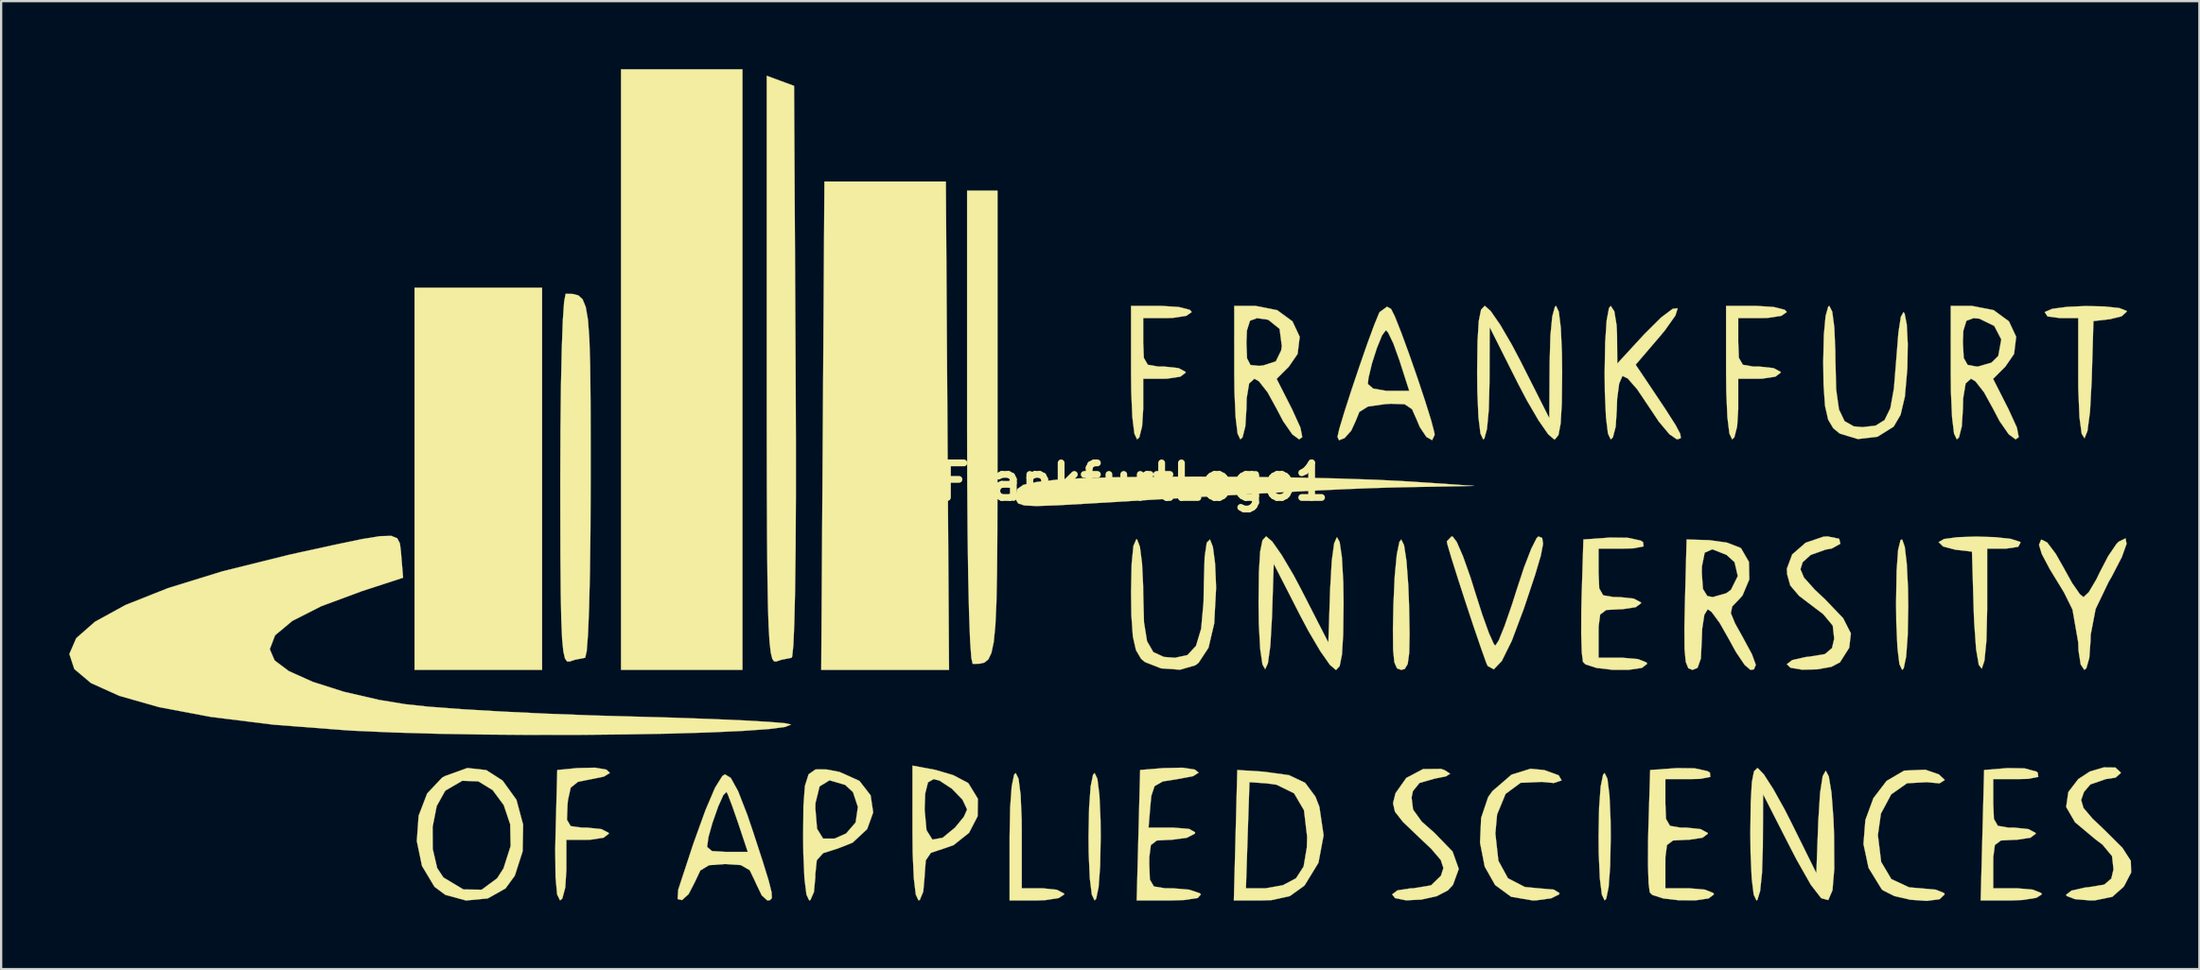
<source format=kicad_pcb>
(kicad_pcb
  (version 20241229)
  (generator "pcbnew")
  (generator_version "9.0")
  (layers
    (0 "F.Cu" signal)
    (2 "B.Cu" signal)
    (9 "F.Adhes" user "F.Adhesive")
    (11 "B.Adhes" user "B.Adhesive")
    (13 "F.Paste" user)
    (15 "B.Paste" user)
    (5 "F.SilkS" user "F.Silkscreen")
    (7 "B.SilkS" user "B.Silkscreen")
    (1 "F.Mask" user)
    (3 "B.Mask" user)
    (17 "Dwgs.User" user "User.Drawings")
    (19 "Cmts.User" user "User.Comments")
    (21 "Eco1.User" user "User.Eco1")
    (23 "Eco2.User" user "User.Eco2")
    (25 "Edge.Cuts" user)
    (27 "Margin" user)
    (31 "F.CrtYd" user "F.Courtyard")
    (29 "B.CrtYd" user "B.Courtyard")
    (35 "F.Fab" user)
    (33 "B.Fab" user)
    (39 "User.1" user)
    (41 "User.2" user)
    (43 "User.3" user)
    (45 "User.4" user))
  (footprint "FHFrankfurtLogo1"
    (layer "F.Cu")
    (at 45.418 18.186)
    (property "Reference" "FHFrankfurtLogo1" (at 0 0 0) (layer "F.SilkS") (effects (font (size 1.524 1.524) (thickness 0.3))))
    (attr through_hole)
    (fp_poly (pts (xy -24.598 8.288) (xy -30.213 8.288) (xy -30.213 -8.556) (xy -24.598 -8.556) (xy -24.598 8.288)) (stroke (width 0.01) (type solid)) (fill yes) (layer "F.SilkS"))
    (fp_poly (pts (xy -15.775 8.288) (xy -21.122 8.288) (xy -21.122 -18.181) (xy -15.775 -18.181) (xy -15.775 8.288)) (stroke (width 0.01) (type solid)) (fill yes) (layer "F.SilkS"))
    (fp_poly (pts (xy -6.678 8.288) (xy -12.305 8.288) (xy -12.235 -2.473) (xy -12.165 -13.235) (xy -6.818 -13.235) (xy -6.678 8.288)) (stroke (width 0.01) (type solid)) (fill yes) (layer "F.SilkS"))
    (fp_poly (pts (xy -0.145 13.089) (xy -0.056 13.805) (xy -0.007 14.911) (xy 0 15.641) (xy -0.024 16.926) (xy -0.093 17.861) (xy -0.198 18.373) (xy -0.267 18.448) (xy -0.39 18.193) (xy -0.479 17.477) (xy -0.528 16.371) (xy -0.535 15.641) (xy -0.51 14.356) (xy -0.442 13.421) (xy -0.337 12.909) (xy -0.267 12.834) (xy -0.145 13.089)) (stroke (width 0.01) (type solid)) (fill yes) (layer "F.SilkS"))
    (fp_poly (pts (xy 22.314 13.089) (xy 22.403 13.805) (xy 22.452 14.911) (xy 22.459 15.641) (xy 22.435 16.926) (xy 22.366 17.861) (xy 22.261 18.373) (xy 22.192 18.448) (xy 22.069 18.193) (xy 21.98 17.477) (xy 21.931 16.371) (xy 21.924 15.641) (xy 21.948 14.356) (xy 22.017 13.421) (xy 22.122 12.909) (xy 22.192 12.834) (xy 22.314 13.089)) (stroke (width 0.01) (type solid)) (fill yes) (layer "F.SilkS"))
    (fp_poly (pts (xy 35.407 2.865) (xy 35.495 3.613) (xy 35.549 4.672) (xy 35.56 5.497) (xy 35.536 6.777) (xy 35.467 7.707) (xy 35.361 8.215) (xy 35.293 8.288) (xy 35.172 8.033) (xy 35.084 7.311) (xy 35.034 6.19) (xy 35.025 5.332) (xy 35.048 3.934) (xy 35.114 3.002) (xy 35.222 2.564) (xy 35.293 2.54) (xy 35.407 2.865)) (stroke (width 0.01) (type solid)) (fill yes) (layer "F.SilkS"))
    (fp_poly (pts (xy -3.617 13.087) (xy -3.526 13.792) (xy -3.48 14.867) (xy -3.476 15.374) (xy -3.476 17.914) (xy -2.54 17.914) (xy -1.921 17.981) (xy -1.612 18.146) (xy -1.604 18.181) (xy -1.843 18.341) (xy -2.448 18.436) (xy -2.807 18.448) (xy -4.011 18.448) (xy -4.011 15.641) (xy -3.986 14.356) (xy -3.918 13.421) (xy -3.813 12.909) (xy -3.743 12.834) (xy -3.617 13.087)) (stroke (width 0.01) (type solid)) (fill yes) (layer "F.SilkS"))
    (fp_poly (pts (xy 13.359 2.793) (xy 13.466 3.496) (xy 13.545 4.565) (xy 13.578 5.414) (xy 13.602 6.701) (xy 13.586 7.542) (xy 13.519 8.028) (xy 13.39 8.246) (xy 13.235 8.288) (xy 13.049 8.22) (xy 12.933 7.957) (xy 12.877 7.408) (xy 12.869 6.487) (xy 12.891 5.414) (xy 12.948 4.154) (xy 13.039 3.204) (xy 13.153 2.649) (xy 13.235 2.54) (xy 13.359 2.793)) (stroke (width 0.01) (type solid)) (fill yes) (layer "F.SilkS"))
    (fp_poly (pts (xy -4.545 -2.569) (xy -4.546 0.087) (xy -4.55 2.257) (xy -4.564 3.99) (xy -4.592 5.336) (xy -4.639 6.343) (xy -4.71 7.061) (xy -4.811 7.538) (xy -4.946 7.823) (xy -5.121 7.966) (xy -5.341 8.016) (xy -5.609 8.021) (xy -5.637 8.021) (xy -5.696 7.761) (xy -5.75 7.009) (xy -5.795 5.809) (xy -5.833 4.205) (xy -5.86 2.238) (xy -5.877 -0.047) (xy -5.882 -2.406) (xy -5.882 -12.834) (xy -4.545 -12.834) (xy -4.545 -2.569)) (stroke (width 0.01) (type solid)) (fill yes) (layer "F.SilkS"))
    (fp_poly (pts (xy 39.376 2.437) (xy 40.077 2.514) (xy 40.478 2.643) (xy 40.506 2.674) (xy 40.402 2.863) (xy 39.882 2.941) (xy 39.854 2.941) (xy 39.036 2.941) (xy 39.036 5.615) (xy 39.002 7.008) (xy 38.915 7.882) (xy 38.797 8.236) (xy 38.667 8.065) (xy 38.548 7.369) (xy 38.461 6.144) (xy 38.444 5.682) (xy 38.367 3.075) (xy 37.632 2.99) (xy 37.098 2.85) (xy 36.897 2.656) (xy 37.135 2.52) (xy 37.739 2.439) (xy 38.541 2.412) (xy 39.376 2.437)) (stroke (width 0.01) (type solid)) (fill yes) (layer "F.SilkS"))
    (fp_poly (pts (xy 44.198 -7.73) (xy 44.854 -7.66) (xy 45.175 -7.535) (xy 45.185 -7.504) (xy 44.954 -7.296) (xy 44.45 -7.17) (xy 43.715 -7.085) (xy 43.638 -4.478) (xy 43.564 -3.097) (xy 43.452 -2.245) (xy 43.323 -1.92) (xy 43.199 -2.119) (xy 43.101 -2.84) (xy 43.049 -4.081) (xy 43.046 -4.545) (xy 43.046 -7.219) (xy 42.228 -7.219) (xy 41.694 -7.291) (xy 41.571 -7.477) (xy 41.576 -7.486) (xy 41.899 -7.625) (xy 42.555 -7.712) (xy 43.377 -7.748) (xy 44.198 -7.73)) (stroke (width 0.01) (type solid)) (fill yes) (layer "F.SilkS"))
    (fp_poly (pts (xy -14.104 -17.674) (xy -13.502 -17.451) (xy -13.433 -4.849) (xy -13.422 -1.938) (xy -13.422 0.656) (xy -13.434 2.899) (xy -13.457 4.758) (xy -13.49 6.199) (xy -13.532 7.189) (xy -13.584 7.694) (xy -13.611 7.754) (xy -14.062 7.842) (xy -14.282 7.916) (xy -14.38 7.914) (xy -14.461 7.799) (xy -14.527 7.527) (xy -14.581 7.057) (xy -14.623 6.345) (xy -14.654 5.349) (xy -14.676 4.025) (xy -14.691 2.331) (xy -14.7 0.225) (xy -14.704 -2.337) (xy -14.705 -4.909) (xy -14.705 -17.896) (xy -14.104 -17.674)) (stroke (width 0.01) (type solid)) (fill yes) (layer "F.SilkS"))
    (fp_poly (pts (xy 19.534 12.703) (xy 20.166 12.933) (xy 20.298 13.159) (xy 19.954 13.273) (xy 19.417 13.223) (xy 18.493 13.263) (xy 17.829 13.753) (xy 17.455 14.661) (xy 17.379 15.498) (xy 17.513 16.7) (xy 17.935 17.472) (xy 18.677 17.855) (xy 19.281 17.914) (xy 19.951 17.971) (xy 20.203 18.125) (xy 20.186 18.181) (xy 19.834 18.355) (xy 19.175 18.445) (xy 19.014 18.448) (xy 18.072 18.286) (xy 17.368 17.769) (xy 16.911 16.958) (xy 16.704 15.902) (xy 16.753 14.81) (xy 17.063 13.89) (xy 17.252 13.629) (xy 18.09 12.904) (xy 18.927 12.645) (xy 19.534 12.703)) (stroke (width 0.01) (type solid)) (fill yes) (layer "F.SilkS"))
    (fp_poly (pts (xy 3.436 -7.706) (xy 3.92 -7.583) (xy 4.011 -7.486) (xy 3.773 -7.319) (xy 3.181 -7.226) (xy 2.941 -7.219) (xy 1.872 -7.219) (xy 1.872 -6.149) (xy 1.9 -5.465) (xy 2.075 -5.16) (xy 2.531 -5.082) (xy 2.807 -5.08) (xy 3.426 -5.013) (xy 3.735 -4.848) (xy 3.743 -4.813) (xy 3.508 -4.636) (xy 2.93 -4.548) (xy 2.807 -4.545) (xy 1.872 -4.545) (xy 1.872 -3.208) (xy 1.823 -2.446) (xy 1.701 -1.962) (xy 1.604 -1.872) (xy 1.484 -2.127) (xy 1.395 -2.849) (xy 1.346 -3.968) (xy 1.337 -4.813) (xy 1.337 -7.754) (xy 2.674 -7.754) (xy 3.436 -7.706)) (stroke (width 0.01) (type solid)) (fill yes) (layer "F.SilkS"))
    (fp_poly (pts (xy 29.638 -7.706) (xy 30.122 -7.583) (xy 30.213 -7.486) (xy 29.975 -7.319) (xy 29.383 -7.226) (xy 29.143 -7.219) (xy 28.074 -7.219) (xy 28.074 -6.149) (xy 28.102 -5.465) (xy 28.277 -5.16) (xy 28.733 -5.082) (xy 29.009 -5.08) (xy 29.628 -5.013) (xy 29.937 -4.848) (xy 29.945 -4.813) (xy 29.71 -4.636) (xy 29.132 -4.548) (xy 29.009 -4.545) (xy 28.074 -4.545) (xy 28.074 -3.208) (xy 28.026 -2.446) (xy 27.903 -1.962) (xy 27.806 -1.872) (xy 27.686 -2.127) (xy 27.597 -2.849) (xy 27.548 -3.968) (xy 27.539 -4.813) (xy 27.539 -7.754) (xy 28.876 -7.754) (xy 29.638 -7.706)) (stroke (width 0.01) (type solid)) (fill yes) (layer "F.SilkS"))
    (fp_poly (pts (xy -21.764 12.684) (xy -21.613 12.83) (xy -21.876 12.99) (xy -22.325 13.083) (xy -23.015 13.22) (xy -23.337 13.478) (xy -23.458 14.022) (xy -23.478 14.237) (xy -23.503 14.892) (xy -23.338 15.173) (xy -22.847 15.239) (xy -22.609 15.24) (xy -21.984 15.306) (xy -21.667 15.469) (xy -21.657 15.507) (xy -21.892 15.684) (xy -22.47 15.772) (xy -22.593 15.775) (xy -23.528 15.775) (xy -23.528 17.112) (xy -23.578 17.881) (xy -23.706 18.362) (xy -23.805 18.448) (xy -23.934 18.188) (xy -24.005 17.425) (xy -24.018 16.192) (xy -24.005 15.574) (xy -23.929 12.7) (xy -23.035 12.614) (xy -22.261 12.597) (xy -21.764 12.684)) (stroke (width 0.01) (type solid)) (fill yes) (layer "F.SilkS"))
    (fp_poly (pts (xy 36.33 12.693) (xy 36.905 12.893) (xy 37.163 13.13) (xy 37.164 13.144) (xy 36.937 13.288) (xy 36.37 13.236) (xy 35.506 13.284) (xy 34.81 13.774) (xy 34.357 14.622) (xy 34.223 15.569) (xy 34.368 16.751) (xy 34.817 17.508) (xy 35.597 17.871) (xy 36.11 17.914) (xy 36.774 17.974) (xy 37.14 18.124) (xy 37.164 18.181) (xy 36.938 18.395) (xy 36.376 18.469) (xy 35.655 18.418) (xy 34.952 18.257) (xy 34.443 18.001) (xy 34.385 17.945) (xy 33.813 17.013) (xy 33.589 15.964) (xy 33.672 14.905) (xy 34.025 13.942) (xy 34.607 13.18) (xy 35.38 12.727) (xy 36.303 12.687) (xy 36.33 12.693)) (stroke (width 0.01) (type solid)) (fill yes) (layer "F.SilkS"))
    (fp_poly (pts (xy 6.321 -0.22) (xy 8.4 -0.193) (xy 10.372 -0.15) (xy 12.129 -0.091) (xy 13.566 -0.017) (xy 13.636 -0.012) (xy 16.443 0.178) (xy 13.636 0.231) (xy 12.775 0.25) (xy 11.871 0.278) (xy 10.863 0.318) (xy 9.687 0.372) (xy 8.284 0.444) (xy 6.589 0.537) (xy 4.542 0.655) (xy 2.08 0.799) (xy -0.602 0.96) (xy -1.937 1.035) (xy -2.827 1.066) (xy -3.364 1.04) (xy -3.636 0.95) (xy -3.732 0.785) (xy -3.743 0.613) (xy -3.677 0.319) (xy -3.404 0.131) (xy -2.81 0.004) (xy -1.938 -0.093) (xy -0.928 -0.155) (xy 0.511 -0.199) (xy 2.269 -0.223) (xy 4.242 -0.23) (xy 6.321 -0.22)) (stroke (width 0.01) (type solid)) (fill yes) (layer "F.SilkS"))
    (fp_poly (pts (xy 7.186 12.775) (xy 8.29 12.927) (xy 9.003 13.265) (xy 9.455 13.872) (xy 9.63 14.32) (xy 9.816 15.576) (xy 9.59 16.787) (xy 8.988 17.772) (xy 8.951 17.81) (xy 8.329 18.257) (xy 7.521 18.435) (xy 7.088 18.448) (xy 5.864 18.448) (xy 5.878 17.914) (xy 6.396 17.914) (xy 7.254 17.914) (xy 8.021 17.778) (xy 8.602 17.471) (xy 8.935 16.955) (xy 9.078 16.112) (xy 9.091 15.641) (xy 8.953 14.475) (xy 8.516 13.727) (xy 7.745 13.349) (xy 7.318 13.29) (xy 6.551 13.235) (xy 6.473 15.574) (xy 6.396 17.914) (xy 5.878 17.914) (xy 5.94 15.574) (xy 6.016 12.7) (xy 7.186 12.775)) (stroke (width 0.01) (type solid)) (fill yes) (layer "F.SilkS"))
    (fp_poly (pts (xy 45.173 2.735) (xy 44.965 3.316) (xy 44.523 4.171) (xy 44.383 4.412) (xy 43.811 5.604) (xy 43.594 6.738) (xy 43.586 7.018) (xy 43.532 7.759) (xy 43.402 8.217) (xy 43.314 8.288) (xy 43.155 8.049) (xy 43.059 7.444) (xy 43.046 7.08) (xy 42.793 5.628) (xy 42.42 4.874) (xy 41.793 3.846) (xy 41.438 3.174) (xy 41.319 2.775) (xy 41.402 2.568) (xy 41.432 2.546) (xy 41.681 2.675) (xy 42.056 3.173) (xy 42.373 3.733) (xy 42.781 4.467) (xy 43.122 4.956) (xy 43.278 5.08) (xy 43.512 4.859) (xy 43.842 4.301) (xy 43.983 4.009) (xy 44.363 3.276) (xy 44.729 2.737) (xy 44.826 2.639) (xy 45.131 2.49) (xy 45.173 2.735)) (stroke (width 0.01) (type solid)) (fill yes) (layer "F.SilkS"))
    (fp_poly (pts (xy 40.681 12.628) (xy 41.201 12.769) (xy 41.263 12.815) (xy 41.286 13.003) (xy 40.841 13.091) (xy 40.426 13.101) (xy 39.303 13.101) (xy 39.303 14.171) (xy 39.331 14.855) (xy 39.506 15.16) (xy 39.963 15.238) (xy 40.239 15.24) (xy 40.857 15.307) (xy 41.167 15.472) (xy 41.175 15.507) (xy 40.94 15.684) (xy 40.362 15.772) (xy 40.239 15.775) (xy 39.64 15.807) (xy 39.374 16.007) (xy 39.305 16.529) (xy 39.303 16.844) (xy 39.303 17.914) (xy 40.373 17.914) (xy 41.042 17.973) (xy 41.415 18.121) (xy 41.442 18.181) (xy 41.202 18.333) (xy 40.586 18.43) (xy 40.096 18.448) (xy 38.75 18.448) (xy 38.826 15.574) (xy 38.902 12.7) (xy 39.94 12.615) (xy 40.681 12.628)) (stroke (width 0.01) (type solid)) (fill yes) (layer "F.SilkS"))
    (fp_poly (pts (xy -23.243 -8.28) (xy -23 -8.217) (xy -22.813 -8.045) (xy -22.675 -7.706) (xy -22.578 -7.146) (xy -22.516 -6.309) (xy -22.48 -5.138) (xy -22.464 -3.579) (xy -22.459 -1.574) (xy -22.459 -0.105) (xy -22.467 2.055) (xy -22.49 3.944) (xy -22.527 5.511) (xy -22.575 6.703) (xy -22.634 7.468) (xy -22.701 7.753) (xy -22.704 7.754) (xy -23.153 7.842) (xy -23.373 7.916) (xy -23.493 7.919) (xy -23.588 7.79) (xy -23.661 7.476) (xy -23.715 6.924) (xy -23.752 6.08) (xy -23.776 4.891) (xy -23.79 3.304) (xy -23.795 1.266) (xy -23.796 -0.105) (xy -23.788 -2.316) (xy -23.766 -4.256) (xy -23.73 -5.873) (xy -23.684 -7.117) (xy -23.627 -7.936) (xy -23.562 -8.281) (xy -23.55 -8.288) (xy -23.243 -8.28)) (stroke (width 0.01) (type solid)) (fill yes) (layer "F.SilkS"))
    (fp_poly (pts (xy 4.137 12.678) (xy 4.314 12.815) (xy 4.073 12.969) (xy 3.476 13.085) (xy 2.734 13.204) (xy 2.371 13.411) (xy 2.229 13.842) (xy 2.19 14.237) (xy 2.107 15.24) (xy 3.208 15.24) (xy 3.894 15.296) (xy 4.16 15.446) (xy 4.144 15.507) (xy 3.789 15.688) (xy 3.141 15.774) (xy 3.059 15.775) (xy 2.47 15.808) (xy 2.208 16.011) (xy 2.141 16.537) (xy 2.139 16.844) (xy 2.165 17.529) (xy 2.344 17.833) (xy 2.829 17.911) (xy 3.193 17.914) (xy 3.905 17.976) (xy 4.361 18.13) (xy 4.412 18.181) (xy 4.274 18.341) (xy 3.665 18.432) (xy 3.081 18.448) (xy 1.586 18.448) (xy 1.662 15.574) (xy 1.738 12.7) (xy 2.769 12.615) (xy 3.602 12.598) (xy 4.137 12.678)) (stroke (width 0.01) (type solid)) (fill yes) (layer "F.SilkS"))
    (fp_poly (pts (xy 28.943 12.623) (xy 29.2 12.893) (xy 29.615 13.536) (xy 30.117 14.438) (xy 30.395 14.984) (xy 31.514 17.245) (xy 31.599 14.973) (xy 31.678 13.712) (xy 31.793 12.97) (xy 31.927 12.731) (xy 32.061 12.98) (xy 32.181 13.704) (xy 32.269 14.888) (xy 32.294 15.574) (xy 32.303 17.05) (xy 32.224 18.001) (xy 32.039 18.433) (xy 31.728 18.35) (xy 31.271 17.758) (xy 30.65 16.663) (xy 30.363 16.109) (xy 29.17 13.769) (xy 29.157 16.109) (xy 29.121 17.231) (xy 29.038 18.034) (xy 28.917 18.425) (xy 28.876 18.448) (xy 28.755 18.193) (xy 28.667 17.47) (xy 28.617 16.35) (xy 28.608 15.485) (xy 28.624 14.128) (xy 28.674 13.241) (xy 28.767 12.759) (xy 28.911 12.617) (xy 28.943 12.623)) (stroke (width 0.01) (type solid)) (fill yes) (layer "F.SilkS"))
    (fp_poly (pts (xy 7.553 2.63) (xy 7.975 3.233) (xy 8.493 4.11) (xy 8.83 4.746) (xy 10.026 7.085) (xy 10.104 4.746) (xy 10.177 3.468) (xy 10.282 2.704) (xy 10.403 2.437) (xy 10.522 2.65) (xy 10.621 3.323) (xy 10.683 4.44) (xy 10.695 5.347) (xy 10.678 6.718) (xy 10.623 7.621) (xy 10.522 8.123) (xy 10.367 8.288) (xy 10.353 8.288) (xy 10.093 8.065) (xy 9.671 7.462) (xy 9.154 6.584) (xy 8.816 5.949) (xy 7.62 3.609) (xy 7.543 5.949) (xy 7.47 7.227) (xy 7.364 7.991) (xy 7.243 8.257) (xy 7.124 8.045) (xy 7.025 7.371) (xy 6.963 6.255) (xy 6.952 5.347) (xy 6.968 3.976) (xy 7.023 3.073) (xy 7.125 2.572) (xy 7.28 2.407) (xy 7.293 2.406) (xy 7.553 2.63)) (stroke (width 0.01) (type solid)) (fill yes) (layer "F.SilkS"))
    (fp_poly (pts (xy 15.142 12.705) (xy 15.386 12.864) (xy 15.198 12.982) (xy 14.705 13.08) (xy 14.041 13.27) (xy 13.748 13.63) (xy 13.69 13.915) (xy 13.755 14.443) (xy 14.14 14.978) (xy 14.693 15.465) (xy 15.495 16.293) (xy 15.768 17.06) (xy 15.512 17.765) (xy 15.286 18.006) (xy 14.798 18.26) (xy 14.124 18.41) (xy 13.451 18.444) (xy 12.964 18.347) (xy 12.834 18.181) (xy 13.069 18.004) (xy 13.645 17.916) (xy 13.76 17.914) (xy 14.546 17.783) (xy 14.98 17.365) (xy 15.092 17.02) (xy 14.975 16.665) (xy 14.564 16.183) (xy 13.996 15.644) (xy 13.309 14.987) (xy 12.958 14.538) (xy 12.873 14.164) (xy 12.981 13.727) (xy 12.981 13.724) (xy 13.457 13.049) (xy 14.195 12.659) (xy 14.988 12.65) (xy 15.142 12.705)) (stroke (width 0.01) (type solid)) (fill yes) (layer "F.SilkS"))
    (fp_poly (pts (xy 19.441 2.474) (xy 19.48 2.729) (xy 19.382 3.246) (xy 19.129 4.101) (xy 18.707 5.37) (xy 18.63 5.595) (xy 18.103 7.005) (xy 17.664 7.893) (xy 17.312 8.262) (xy 17.043 8.116) (xy 16.979 7.976) (xy 16.722 7.253) (xy 16.397 6.299) (xy 16.048 5.244) (xy 15.717 4.219) (xy 15.445 3.355) (xy 15.275 2.78) (xy 15.24 2.624) (xy 15.443 2.411) (xy 15.495 2.406) (xy 15.677 2.645) (xy 15.956 3.287) (xy 16.286 4.218) (xy 16.472 4.813) (xy 16.803 5.854) (xy 17.096 6.668) (xy 17.31 7.143) (xy 17.378 7.219) (xy 17.531 6.981) (xy 17.789 6.341) (xy 18.11 5.413) (xy 18.3 4.813) (xy 18.643 3.771) (xy 18.957 2.957) (xy 19.195 2.482) (xy 19.278 2.406) (xy 19.441 2.474)) (stroke (width 0.01) (type solid)) (fill yes) (layer "F.SilkS"))
    (fp_poly (pts (xy 32.518 2.508) (xy 32.573 2.727) (xy 32.197 2.936) (xy 31.911 2.99) (xy 31.267 3.22) (xy 30.911 3.54) (xy 30.814 3.854) (xy 30.97 4.222) (xy 31.444 4.75) (xy 31.911 5.191) (xy 32.693 6.008) (xy 33.034 6.678) (xy 32.961 7.312) (xy 32.553 7.954) (xy 32.173 8.153) (xy 31.55 8.263) (xy 30.884 8.278) (xy 30.374 8.192) (xy 30.213 8.037) (xy 30.449 7.856) (xy 31.035 7.722) (xy 31.215 7.703) (xy 31.892 7.591) (xy 32.203 7.326) (xy 32.3 6.914) (xy 32.236 6.336) (xy 31.817 5.831) (xy 31.498 5.59) (xy 30.753 5.024) (xy 30.366 4.568) (xy 30.227 4.07) (xy 30.217 3.825) (xy 30.45 3.199) (xy 31.043 2.683) (xy 31.82 2.418) (xy 32.01 2.406) (xy 32.518 2.508)) (stroke (width 0.01) (type solid)) (fill yes) (layer "F.SilkS"))
    (fp_poly (pts (xy -7.286 12.693) (xy -6.492 12.927) (xy -5.869 13.254) (xy -5.815 13.299) (xy -5.407 13.968) (xy -5.419 14.738) (xy -5.795 15.466) (xy -6.477 16.01) (xy -6.952 16.176) (xy -7.475 16.349) (xy -7.702 16.679) (xy -7.754 17.348) (xy -7.754 17.4) (xy -7.814 18.062) (xy -7.965 18.425) (xy -8.021 18.448) (xy -8.141 18.193) (xy -8.229 17.47) (xy -8.279 16.349) (xy -8.288 15.478) (xy -8.288 14.438) (xy -7.754 14.438) (xy -7.67 15.352) (xy -7.41 15.766) (xy -6.959 15.686) (xy -6.417 15.24) (xy -6.024 14.761) (xy -5.882 14.438) (xy -6.086 14.005) (xy -6.559 13.519) (xy -7.095 13.168) (xy -7.353 13.101) (xy -7.605 13.244) (xy -7.728 13.74) (xy -7.754 14.438) (xy -8.288 14.438) (xy -8.288 12.507) (xy -7.286 12.693)) (stroke (width 0.01) (type solid)) (fill yes) (layer "F.SilkS"))
    (fp_poly (pts (xy 1.604 2.54) (xy 1.728 2.867) (xy 1.821 3.591) (xy 1.869 4.574) (xy 1.872 4.909) (xy 1.907 6.188) (xy 2.041 7.023) (xy 2.317 7.503) (xy 2.78 7.716) (xy 3.269 7.754) (xy 3.82 7.634) (xy 4.197 7.228) (xy 4.425 6.47) (xy 4.53 5.291) (xy 4.545 4.378) (xy 4.578 3.305) (xy 4.671 2.679) (xy 4.813 2.54) (xy 4.941 2.869) (xy 5.036 3.588) (xy 5.079 4.551) (xy 5.08 4.712) (xy 4.999 6.242) (xy 4.747 7.313) (xy 4.31 7.976) (xy 4.171 8.084) (xy 3.496 8.279) (xy 2.661 8.221) (xy 1.947 7.942) (xy 1.779 7.799) (xy 1.555 7.421) (xy 1.417 6.816) (xy 1.351 5.874) (xy 1.337 4.843) (xy 1.364 3.603) (xy 1.442 2.822) (xy 1.567 2.532) (xy 1.604 2.54)) (stroke (width 0.01) (type solid)) (fill yes) (layer "F.SilkS"))
    (fp_poly (pts (xy 44.682 12.592) (xy 44.917 12.81) (xy 44.918 12.834) (xy 44.689 13.036) (xy 44.259 13.101) (xy 43.58 13.336) (xy 43.297 13.668) (xy 43.174 14.023) (xy 43.278 14.374) (xy 43.677 14.845) (xy 44.223 15.363) (xy 44.989 16.126) (xy 45.36 16.703) (xy 45.376 17.218) (xy 45.077 17.795) (xy 45.036 17.854) (xy 44.547 18.288) (xy 43.788 18.444) (xy 43.566 18.448) (xy 42.902 18.392) (xy 42.536 18.251) (xy 42.512 18.197) (xy 42.748 18.016) (xy 43.334 17.882) (xy 43.514 17.863) (xy 44.191 17.751) (xy 44.502 17.486) (xy 44.599 17.074) (xy 44.534 16.496) (xy 44.116 15.991) (xy 43.797 15.75) (xy 42.904 15.002) (xy 42.514 14.328) (xy 42.61 13.671) (xy 43.046 13.101) (xy 43.561 12.764) (xy 44.169 12.586) (xy 44.682 12.592)) (stroke (width 0.01) (type solid)) (fill yes) (layer "F.SilkS"))
    (fp_poly (pts (xy -27.056 12.704) (xy -26.334 13.168) (xy -25.727 14.012) (xy -25.432 15.112) (xy -25.455 16.287) (xy -25.799 17.357) (xy -26.209 17.92) (xy -26.987 18.359) (xy -27.945 18.451) (xy -28.859 18.202) (xy -29.335 17.847) (xy -29.886 16.927) (xy -30.114 15.832) (xy -30.069 15.205) (xy -29.418 15.205) (xy -29.413 16.184) (xy -29.217 17.022) (xy -28.943 17.436) (xy -28.061 17.965) (xy -27.259 17.976) (xy -26.578 17.474) (xy -26.296 17.034) (xy -25.983 16.052) (xy -26.001 15.094) (xy -26.287 14.243) (xy -26.776 13.584) (xy -27.406 13.2) (xy -28.112 13.175) (xy -28.831 13.592) (xy -28.876 13.636) (xy -29.238 14.288) (xy -29.418 15.205) (xy -30.069 15.205) (xy -30.034 14.716) (xy -29.658 13.734) (xy -29.003 13.04) (xy -28.879 12.969) (xy -27.889 12.612) (xy -27.056 12.704)) (stroke (width 0.01) (type solid)) (fill yes) (layer "F.SilkS"))
    (fp_poly (pts (xy -12.065 12.677) (xy -11.497 12.786) (xy -10.623 13.18) (xy -10.131 13.817) (xy -10.018 14.569) (xy -10.283 15.305) (xy -10.922 15.9) (xy -11.566 16.156) (xy -12.22 16.364) (xy -12.501 16.676) (xy -12.566 17.289) (xy -12.566 17.426) (xy -12.628 18.078) (xy -12.782 18.429) (xy -12.834 18.448) (xy -12.956 18.193) (xy -13.045 17.477) (xy -13.094 16.37) (xy -13.101 15.633) (xy -13.09 14.385) (xy -12.566 14.385) (xy -12.489 15.291) (xy -12.223 15.723) (xy -11.717 15.722) (xy -11.212 15.498) (xy -10.791 15.012) (xy -10.691 14.329) (xy -10.906 13.677) (xy -11.25 13.357) (xy -11.941 13.154) (xy -12.378 13.422) (xy -12.56 14.16) (xy -12.566 14.385) (xy -13.09 14.385) (xy -13.089 14.289) (xy -13.024 13.4) (xy -12.862 12.888) (xy -12.557 12.674) (xy -12.065 12.677)) (stroke (width 0.01) (type solid)) (fill yes) (layer "F.SilkS"))
    (fp_poly (pts (xy 20.173 -7.498) (xy 20.262 -6.777) (xy 20.311 -5.658) (xy 20.32 -4.813) (xy 20.305 -3.459) (xy 20.253 -2.566) (xy 20.157 -2.063) (xy 20.007 -1.877) (xy 19.966 -1.872) (xy 19.706 -2.097) (xy 19.284 -2.704) (xy 18.765 -3.593) (xy 18.371 -4.345) (xy 17.129 -6.818) (xy 17.12 -4.345) (xy 17.089 -3.175) (xy 17.01 -2.333) (xy 16.894 -1.907) (xy 16.844 -1.872) (xy 16.724 -2.127) (xy 16.635 -2.849) (xy 16.586 -3.968) (xy 16.577 -4.813) (xy 16.594 -6.185) (xy 16.649 -7.088) (xy 16.75 -7.589) (xy 16.906 -7.753) (xy 16.918 -7.754) (xy 17.173 -7.529) (xy 17.592 -6.922) (xy 18.11 -6.034) (xy 18.506 -5.281) (xy 19.754 -2.807) (xy 19.77 -5.281) (xy 19.804 -6.447) (xy 19.885 -7.288) (xy 20.002 -7.717) (xy 20.053 -7.754) (xy 20.173 -7.498)) (stroke (width 0.01) (type solid)) (fill yes) (layer "F.SilkS"))
    (fp_poly (pts (xy 32.213 -7.502) (xy 32.305 -6.806) (xy 32.349 -5.756) (xy 32.352 -5.401) (xy 32.386 -4.07) (xy 32.51 -3.189) (xy 32.757 -2.675) (xy 33.16 -2.446) (xy 33.541 -2.41) (xy 34.122 -2.477) (xy 34.518 -2.724) (xy 34.772 -3.242) (xy 34.93 -4.119) (xy 35.034 -5.402) (xy 35.127 -6.573) (xy 35.235 -7.275) (xy 35.353 -7.481) (xy 35.401 -7.418) (xy 35.495 -6.93) (xy 35.538 -6.084) (xy 35.522 -5.056) (xy 35.518 -4.969) (xy 35.412 -3.756) (xy 35.222 -2.953) (xy 34.919 -2.436) (xy 34.913 -2.43) (xy 34.207 -1.989) (xy 33.341 -1.886) (xy 32.544 -2.128) (xy 32.259 -2.361) (xy 32.034 -2.741) (xy 31.896 -3.35) (xy 31.83 -4.296) (xy 31.817 -5.302) (xy 31.844 -6.47) (xy 31.921 -7.306) (xy 32.037 -7.723) (xy 32.084 -7.754) (xy 32.213 -7.502)) (stroke (width 0.01) (type solid)) (fill yes) (layer "F.SilkS"))
    (fp_poly (pts (xy 22.617 -7.514) (xy 22.718 -6.904) (xy 22.737 -6.484) (xy 22.748 -5.214) (xy 23.938 -6.507) (xy 24.681 -7.246) (xy 25.185 -7.625) (xy 25.408 -7.651) (xy 25.308 -7.331) (xy 24.842 -6.672) (xy 24.608 -6.391) (xy 23.557 -5.162) (xy 24.168 -4.252) (xy 24.869 -3.202) (xy 25.307 -2.516) (xy 25.52 -2.118) (xy 25.548 -1.932) (xy 25.428 -1.88) (xy 25.364 -1.879) (xy 25.046 -2.097) (xy 24.577 -2.656) (xy 24.111 -3.354) (xy 23.621 -4.083) (xy 23.209 -4.555) (xy 22.975 -4.667) (xy 22.831 -4.332) (xy 22.741 -3.649) (xy 22.726 -3.193) (xy 22.678 -2.435) (xy 22.553 -1.957) (xy 22.459 -1.872) (xy 22.338 -2.127) (xy 22.25 -2.849) (xy 22.2 -3.968) (xy 22.192 -4.813) (xy 22.215 -6.14) (xy 22.28 -7.111) (xy 22.382 -7.658) (xy 22.459 -7.754) (xy 22.617 -7.514)) (stroke (width 0.01) (type solid)) (fill yes) (layer "F.SilkS"))
    (fp_poly (pts (xy 23.21 2.465) (xy 23.775 2.587) (xy 23.886 2.657) (xy 23.905 2.844) (xy 23.455 2.931) (xy 23.047 2.941) (xy 21.924 2.941) (xy 21.924 4.011) (xy 21.953 4.695) (xy 22.127 5) (xy 22.584 5.078) (xy 22.86 5.08) (xy 23.479 5.147) (xy 23.788 5.312) (xy 23.796 5.347) (xy 23.561 5.524) (xy 22.983 5.612) (xy 22.86 5.615) (xy 22.261 5.647) (xy 21.995 5.847) (xy 21.926 6.369) (xy 21.924 6.684) (xy 21.924 7.754) (xy 22.994 7.754) (xy 23.663 7.813) (xy 24.036 7.961) (xy 24.063 8.021) (xy 23.831 8.199) (xy 23.258 8.284) (xy 22.529 8.283) (xy 21.83 8.2) (xy 21.343 8.043) (xy 21.237 7.934) (xy 21.185 7.524) (xy 21.16 6.719) (xy 21.164 5.658) (xy 21.178 5.06) (xy 21.256 2.54) (xy 22.428 2.456) (xy 23.21 2.465)) (stroke (width 0.01) (type solid)) (fill yes) (layer "F.SilkS"))
    (fp_poly (pts (xy 26.151 12.625) (xy 26.716 12.747) (xy 26.827 12.817) (xy 26.846 13.004) (xy 26.396 13.091) (xy 25.988 13.101) (xy 24.865 13.101) (xy 24.865 14.171) (xy 24.894 14.855) (xy 25.069 15.16) (xy 25.525 15.238) (xy 25.801 15.24) (xy 26.42 15.307) (xy 26.729 15.472) (xy 26.737 15.507) (xy 26.502 15.684) (xy 25.924 15.772) (xy 25.801 15.775) (xy 25.202 15.807) (xy 24.936 16.007) (xy 24.867 16.529) (xy 24.865 16.844) (xy 24.865 17.914) (xy 25.935 17.914) (xy 26.604 17.973) (xy 26.977 18.121) (xy 27.004 18.181) (xy 26.772 18.359) (xy 26.199 18.444) (xy 25.471 18.443) (xy 24.771 18.36) (xy 24.284 18.203) (xy 24.178 18.094) (xy 24.126 17.684) (xy 24.101 16.879) (xy 24.105 15.818) (xy 24.119 15.22) (xy 24.197 12.7) (xy 25.369 12.616) (xy 26.151 12.625)) (stroke (width 0.01) (type solid)) (fill yes) (layer "F.SilkS"))
    (fp_poly (pts (xy 7.775 -7.565) (xy 8.444 -7.074) (xy 8.764 -6.394) (xy 8.671 -5.636) (xy 8.285 -5.077) (xy 7.748 -4.539) (xy 8.424 -3.205) (xy 8.793 -2.396) (xy 8.877 -1.972) (xy 8.74 -1.872) (xy 8.436 -2.095) (xy 8.036 -2.672) (xy 7.754 -3.208) (xy 7.349 -3.946) (xy 6.968 -4.432) (xy 6.772 -4.545) (xy 6.537 -4.338) (xy 6.428 -3.68) (xy 6.417 -3.208) (xy 6.369 -2.446) (xy 6.246 -1.962) (xy 6.149 -1.872) (xy 6.029 -2.127) (xy 5.941 -2.849) (xy 5.891 -3.968) (xy 5.882 -4.813) (xy 5.882 -6.132) (xy 6.417 -6.132) (xy 6.445 -5.443) (xy 6.597 -5.149) (xy 6.975 -5.111) (xy 7.152 -5.129) (xy 7.712 -5.31) (xy 7.947 -5.79) (xy 7.976 -5.987) (xy 7.878 -6.741) (xy 7.378 -7.144) (xy 6.885 -7.215) (xy 6.575 -7.101) (xy 6.439 -6.669) (xy 6.417 -6.132) (xy 5.882 -6.132) (xy 5.882 -7.754) (xy 6.818 -7.754) (xy 7.775 -7.565)) (stroke (width 0.01) (type solid)) (fill yes) (layer "F.SilkS"))
    (fp_poly (pts (xy 39.325 -7.565) (xy 39.994 -7.074) (xy 40.313 -6.394) (xy 40.22 -5.636) (xy 39.835 -5.077) (xy 39.297 -4.539) (xy 39.973 -3.205) (xy 40.343 -2.396) (xy 40.426 -1.972) (xy 40.289 -1.872) (xy 39.986 -2.095) (xy 39.585 -2.672) (xy 39.303 -3.208) (xy 38.898 -3.946) (xy 38.518 -4.432) (xy 38.322 -4.545) (xy 38.087 -4.338) (xy 37.978 -3.68) (xy 37.966 -3.208) (xy 37.918 -2.446) (xy 37.795 -1.962) (xy 37.699 -1.872) (xy 37.578 -2.127) (xy 37.49 -2.849) (xy 37.44 -3.968) (xy 37.432 -4.813) (xy 37.432 -6.149) (xy 37.966 -6.149) (xy 38.003 -5.46) (xy 38.176 -5.154) (xy 38.576 -5.08) (xy 38.625 -5.08) (xy 39.226 -5.254) (xy 39.525 -5.548) (xy 39.658 -6.276) (xy 39.348 -6.871) (xy 38.687 -7.193) (xy 38.434 -7.215) (xy 38.122 -7.099) (xy 37.986 -6.661) (xy 37.966 -6.149) (xy 37.432 -6.149) (xy 37.432 -7.754) (xy 38.367 -7.754) (xy 39.325 -7.565)) (stroke (width 0.01) (type solid)) (fill yes) (layer "F.SilkS"))
    (fp_poly (pts (xy -16.289 13.048) (xy -15.967 13.631) (xy -15.56 14.678) (xy -15.3 15.446) (xy -14.885 16.719) (xy -14.622 17.57) (xy -14.493 18.084) (xy -14.479 18.344) (xy -14.565 18.437) (xy -14.679 18.448) (xy -14.925 18.224) (xy -15.188 17.679) (xy -15.2 17.646) (xy -15.452 17.119) (xy -15.841 16.892) (xy -16.537 16.844) (xy -17.249 16.896) (xy -17.631 17.131) (xy -17.874 17.646) (xy -18.146 18.171) (xy -18.437 18.434) (xy -18.629 18.387) (xy -18.603 17.983) (xy -18.589 17.934) (xy -17.984 16.09) (xy -17.331 16.09) (xy -17.119 16.272) (xy -16.507 16.309) (xy -16.488 16.309) (xy -15.54 16.309) (xy -15.963 15.039) (xy -16.223 14.29) (xy -16.417 13.782) (xy -16.474 13.666) (xy -16.616 13.804) (xy -16.842 14.307) (xy -17.093 15.021) (xy -17.272 15.653) (xy -17.331 16.09) (xy -17.984 16.09) (xy -17.936 15.946) (xy -17.402 14.466) (xy -16.98 13.478) (xy -16.664 12.97) (xy -16.545 12.892) (xy -16.289 13.048)) (stroke (width 0.01) (type solid)) (fill yes) (layer "F.SilkS"))
    (fp_poly (pts (xy 12.789 -7.618) (xy 12.956 -7.283) (xy 13.236 -6.574) (xy 13.583 -5.626) (xy 13.949 -4.576) (xy 14.287 -3.559) (xy 14.551 -2.711) (xy 14.693 -2.168) (xy 14.705 -2.071) (xy 14.595 -1.837) (xy 14.34 -1.982) (xy 14.052 -2.416) (xy 13.938 -2.689) (xy 13.71 -3.203) (xy 13.385 -3.421) (xy 12.774 -3.442) (xy 12.519 -3.425) (xy 11.77 -3.319) (xy 11.391 -3.083) (xy 11.233 -2.694) (xy 11.034 -2.258) (xy 10.741 -1.93) (xy 10.496 -1.833) (xy 10.427 -1.98) (xy 10.511 -2.347) (xy 10.731 -3.079) (xy 11.041 -4.04) (xy 11.133 -4.314) (xy 11.764 -4.314) (xy 11.999 -4.111) (xy 12.573 -4.012) (xy 12.675 -4.011) (xy 13.587 -4.011) (xy 13.159 -5.347) (xy 12.889 -6.097) (xy 12.657 -6.582) (xy 12.558 -6.684) (xy 12.39 -6.456) (xy 12.163 -5.901) (xy 11.943 -5.212) (xy 11.793 -4.582) (xy 11.764 -4.314) (xy 11.133 -4.314) (xy 11.394 -5.091) (xy 11.744 -6.096) (xy 12.046 -6.917) (xy 12.251 -7.418) (xy 12.287 -7.484) (xy 12.61 -7.719) (xy 12.789 -7.618)) (stroke (width 0.01) (type solid)) (fill yes) (layer "F.SilkS"))
    (fp_poly (pts (xy 26.799 2.57) (xy 27.572 2.677) (xy 28.153 2.9) (xy 28.203 2.937) (xy 28.545 3.528) (xy 28.561 4.298) (xy 28.262 5.011) (xy 28.099 5.19) (xy 27.808 5.492) (xy 27.748 5.784) (xy 27.934 6.24) (xy 28.23 6.769) (xy 28.677 7.596) (xy 28.848 8.066) (xy 28.765 8.264) (xy 28.613 8.288) (xy 28.358 8.069) (xy 27.975 7.502) (xy 27.673 6.952) (xy 27.259 6.22) (xy 26.901 5.734) (xy 26.732 5.615) (xy 26.582 5.855) (xy 26.487 6.47) (xy 26.469 6.952) (xy 26.428 7.787) (xy 26.283 8.197) (xy 26.059 8.288) (xy 25.877 8.216) (xy 25.764 7.938) (xy 25.71 7.368) (xy 25.704 6.418) (xy 25.725 5.414) (xy 25.762 4.011) (xy 26.469 4.011) (xy 26.52 4.72) (xy 26.711 5.031) (xy 26.951 5.08) (xy 27.544 4.911) (xy 27.753 4.759) (xy 28.055 4.152) (xy 27.912 3.54) (xy 27.557 3.218) (xy 26.932 2.972) (xy 26.597 3.121) (xy 26.476 3.72) (xy 26.469 4.011) (xy 25.762 4.011) (xy 25.801 2.54) (xy 26.799 2.57)) (stroke (width 0.01) (type solid)) (fill yes) (layer "F.SilkS"))
    (fp_poly (pts (xy -30.975 2.487) (xy -30.858 2.713) (xy -30.814 3.061) (xy -30.8 3.249) (xy -30.718 4.225) (xy -32.538 4.819) (xy -34.324 5.482) (xy -35.599 6.131) (xy -36.356 6.764) (xy -36.589 7.376) (xy -36.376 7.871) (xy -35.746 8.343) (xy -34.694 8.815) (xy -33.328 9.251) (xy -31.76 9.613) (xy -30.614 9.801) (xy -29.598 9.909) (xy -28.155 10.018) (xy -26.395 10.122) (xy -24.425 10.217) (xy -22.353 10.295) (xy -20.788 10.339) (xy -18.895 10.391) (xy -17.191 10.451) (xy -15.743 10.514) (xy -14.622 10.578) (xy -13.897 10.639) (xy -13.636 10.694) (xy -13.636 10.695) (xy -13.892 10.801) (xy -14.616 10.895) (xy -15.742 10.975) (xy -17.202 11.042) (xy -18.929 11.094) (xy -20.859 11.13) (xy -22.922 11.15) (xy -25.054 11.152) (xy -27.187 11.136) (xy -29.254 11.1) (xy -31.189 11.044) (xy -32.926 10.967) (xy -33.154 10.954) (xy -36.426 10.702) (xy -39.196 10.357) (xy -41.46 9.93) (xy -43.217 9.43) (xy -44.463 8.867) (xy -45.196 8.249) (xy -45.413 7.587) (xy -45.112 6.89) (xy -44.29 6.168) (xy -42.945 5.429) (xy -41.073 4.685) (xy -38.673 3.943) (xy -35.742 3.215) (xy -35.293 3.115) (xy -33.682 2.763) (xy -32.519 2.521) (xy -31.731 2.394) (xy -31.241 2.381) (xy -30.975 2.487)) (stroke (width 0.01) (type solid)) (fill yes) (layer "F.SilkS")))
  (gr_rect
    (start -3 -3)
    (end 93.799 39.66)
    (stroke (width 0.1) (type default))
    (fill no)
    (layer "Edge.Cuts")))
</source>
